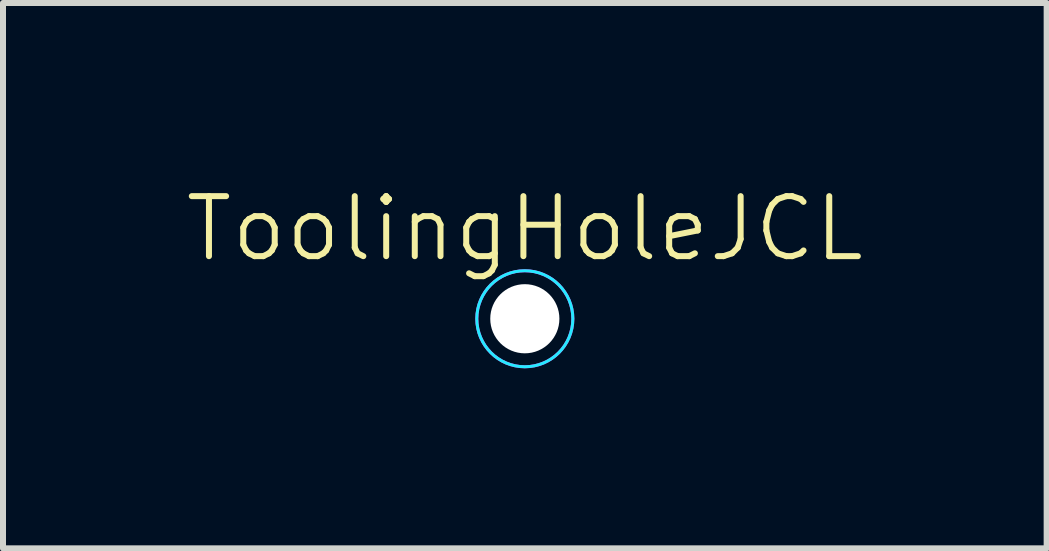
<source format=kicad_pcb>
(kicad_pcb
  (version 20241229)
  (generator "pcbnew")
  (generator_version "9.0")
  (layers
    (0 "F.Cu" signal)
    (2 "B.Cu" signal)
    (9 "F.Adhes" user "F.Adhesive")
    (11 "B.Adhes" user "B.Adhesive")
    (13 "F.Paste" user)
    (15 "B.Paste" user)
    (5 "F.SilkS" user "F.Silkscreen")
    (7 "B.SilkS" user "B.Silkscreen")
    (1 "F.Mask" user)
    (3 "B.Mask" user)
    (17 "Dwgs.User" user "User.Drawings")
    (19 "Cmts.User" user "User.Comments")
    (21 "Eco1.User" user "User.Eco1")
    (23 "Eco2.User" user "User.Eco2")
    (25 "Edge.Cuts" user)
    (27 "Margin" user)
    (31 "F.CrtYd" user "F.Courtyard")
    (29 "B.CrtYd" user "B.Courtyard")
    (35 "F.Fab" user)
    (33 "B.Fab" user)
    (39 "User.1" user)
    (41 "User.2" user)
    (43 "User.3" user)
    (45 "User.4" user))
  (footprint "ToolingHoleJCL"
    (layer "F.Cu")
    (at 5.693 2.26)
    (property "Reference" "ToolingHoleJCL" (at 0 -1.5 0) (unlocked yes) (layer "F.SilkS") (effects (font (size 1 1) (thickness 0.1))))
    (attr through_hole)
    (fp_circle (center 0 0) (end 0.8 0) (stroke (width 0.05) (type default)) (fill no) (layer "B.CrtYd"))
    (fp_circle (center 0 0) (end 0.8 0) (stroke (width 0.05) (type default)) (fill no) (layer "F.CrtYd"))
    (pad "" np_thru_hole circle (at 0 0) (size 1.152 1.152) (drill 1.152) (layers "*.Cu" "*.Mask")))
  (gr_rect
    (start -3 -3)
    (end 14.386 6.085)
    (stroke (width 0.1) (type default))
    (fill no)
    (layer "Edge.Cuts")))
</source>
